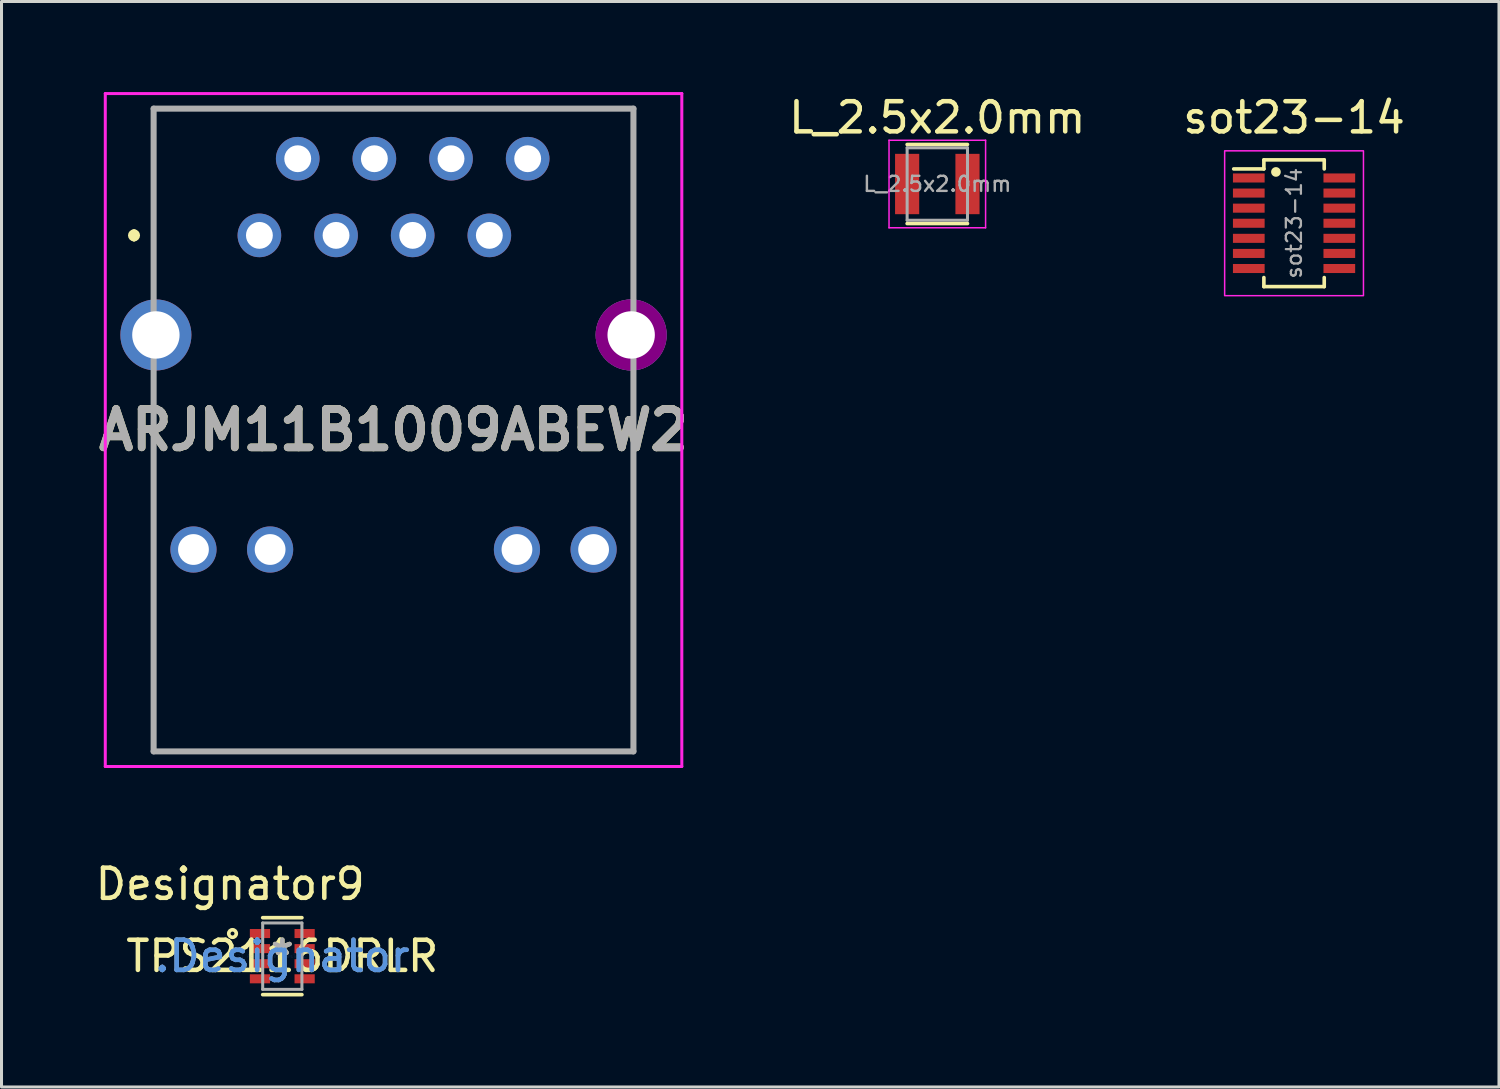
<source format=kicad_pcb>
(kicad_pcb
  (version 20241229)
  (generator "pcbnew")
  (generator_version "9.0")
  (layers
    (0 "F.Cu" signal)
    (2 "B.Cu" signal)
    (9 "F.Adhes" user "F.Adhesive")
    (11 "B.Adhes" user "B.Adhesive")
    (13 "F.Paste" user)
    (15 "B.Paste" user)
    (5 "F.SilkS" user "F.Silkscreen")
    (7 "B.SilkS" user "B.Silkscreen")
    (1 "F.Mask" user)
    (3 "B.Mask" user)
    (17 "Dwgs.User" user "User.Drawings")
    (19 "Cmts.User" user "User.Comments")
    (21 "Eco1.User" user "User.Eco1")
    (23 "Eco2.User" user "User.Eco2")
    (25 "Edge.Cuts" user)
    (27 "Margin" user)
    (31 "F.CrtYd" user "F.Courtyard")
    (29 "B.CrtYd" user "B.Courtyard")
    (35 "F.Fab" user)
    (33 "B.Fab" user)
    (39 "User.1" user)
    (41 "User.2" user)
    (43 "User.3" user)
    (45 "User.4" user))
  (footprint "L_2.5x2.0mm"
    (layer "F.Cu")
    (at 28.011 3.048)
    (property "Reference" "L_2.5x2.0mm" (at 0 -2.2 0) (layer "F.SilkS") (effects (font (size 1 1) (thickness 0.15))))
    (attr smd)
    (fp_line (start -1 -1.31) (end 1 -1.31) (stroke (width 0.12) (type solid)) (layer "F.SilkS"))
    (fp_line (start 1 1.31) (end -1 1.31) (stroke (width 0.12) (type solid)) (layer "F.SilkS"))
    (fp_line (start -1.6 -1.45) (end 1.6 -1.45) (stroke (width 0.05) (type solid)) (layer "F.CrtYd"))
    (fp_line (start -1.6 1.45) (end -1.6 -1.45) (stroke (width 0.05) (type solid)) (layer "F.CrtYd"))
    (fp_line (start 1.6 -1.45) (end 1.6 1.45) (stroke (width 0.05) (type solid)) (layer "F.CrtYd"))
    (fp_line (start 1.6 1.45) (end -1.6 1.45) (stroke (width 0.05) (type solid)) (layer "F.CrtYd"))
    (fp_line (start -1 -1.2) (end 1 -1.2) (stroke (width 0.1) (type solid)) (layer "F.Fab"))
    (fp_line (start -1 1.2) (end -1 -1.2) (stroke (width 0.1) (type solid)) (layer "F.Fab"))
    (fp_line (start 1 -1.2) (end 1 1.2) (stroke (width 0.1) (type solid)) (layer "F.Fab"))
    (fp_line (start 1 1.2) (end -1 1.2) (stroke (width 0.1) (type solid)) (layer "F.Fab"))
    (fp_text user "${REFERENCE}" (at 0 0 0) (layer "F.Fab") (effects (font (size 0.5 0.5) (thickness 0.08))))
    (pad "1" smd rect (at -1 0) (size 0.8 2) (layers "F.Cu" "F.Mask" "F.Paste"))
    (pad "2" smd rect (at 1 0) (size 0.8 2) (layers "F.Cu" "F.Mask" "F.Paste")))
  (footprint "TPS2116DRLR"
    (layer "F.Cu")
    (at 6.305 28.636)
    (property "Reference" "TPS2116DRLR" (at 0 0 0) (layer "F.SilkS") (effects (font (size 1 1) (thickness 0.15))))
    (attr smd)
    (fp_line (start -0.65 -1.275) (end 0.65 -1.275) (stroke (width 0.12) (type solid)) (layer "F.SilkS"))
    (fp_line (start -0.65 1.275) (end 0.65 1.275) (stroke (width 0.12) (type solid)) (layer "F.SilkS"))
    (fp_circle (center -1.65 -0.75) (end -1.525 -0.75) (stroke (width 0.12) (type solid)) (fill no) (layer "F.SilkS"))
    (fp_line (start -0.65 -1.1) (end 0.65 -1.1) (stroke (width 0.1) (type solid)) (layer "F.Fab"))
    (fp_line (start -0.65 1.1) (end -0.65 -1.1) (stroke (width 0.1) (type solid)) (layer "F.Fab"))
    (fp_line (start -0.65 1.1) (end 0.65 1.1) (stroke (width 0.1) (type solid)) (layer "F.Fab"))
    (fp_line (start 0.65 1.1) (end 0.65 -1.1) (stroke (width 0.1) (type solid)) (layer "F.Fab"))
    (fp_text user "*" (at 0 0 0) (layer "F.SilkS") (effects (font (size 1 1) (thickness 0.15))))
    (fp_text user "Designator9" (at -1.727 -2.388 0) (layer "F.SilkS") (effects (font (size 1 1) (thickness 0.15))))
    (fp_text user "Copyright 2021 Accelerated Designs. All rights reserved." (at 0 0 0) (layer "Cmts.User") (effects (font (size 0.127 0.127) (thickness 0.002))))
    (fp_text user ".Designator" (at 0 0 0) (layer "Cmts.User") (effects (font (size 1 1) (thickness 0.15))))
    (fp_text user ".Designator" (at 0 0 0) (layer "F.Fab") (effects (font (size 1 1) (thickness 0.15))))
    (fp_text user "*" (at 0 0 0) (layer "F.Fab") (effects (font (size 1 1) (thickness 0.15))))
    (pad "1" smd rect (at -0.74 -0.75) (size 0.67 0.3) (layers "F.Cu" "F.Mask" "F.Paste"))
    (pad "2" smd rect (at -0.74 -0.25) (size 0.67 0.3) (layers "F.Cu" "F.Mask" "F.Paste"))
    (pad "3" smd rect (at -0.74 0.25) (size 0.67 0.3) (layers "F.Cu" "F.Mask" "F.Paste"))
    (pad "4" smd rect (at -0.74 0.75) (size 0.67 0.3) (layers "F.Cu" "F.Mask" "F.Paste"))
    (pad "5" smd rect (at 0.74 0.75) (size 0.67 0.3) (layers "F.Cu" "F.Mask" "F.Paste"))
    (pad "6" smd rect (at 0.74 0.25) (size 0.67 0.3) (layers "F.Cu" "F.Mask" "F.Paste"))
    (pad "7" smd rect (at 0.74 -0.25) (size 0.67 0.3) (layers "F.Cu" "F.Mask" "F.Paste"))
    (pad "8" smd rect (at 0.74 -0.75) (size 0.67 0.3) (layers "F.Cu" "F.Mask" "F.Paste")))
  (footprint "ARJM11B1009ABEW2"
    (layer "F.Cu")
    (at 9.991 11.1)
    (property "Reference" "ARJM11B1009ABEW2" (at 0 0.1 0) (layer "F.SilkS") (effects (font (size 1.27 1.27) (thickness 0.254))))
    (attr through_hole)
    (fp_line (start -8.6 -6.45) (end -8.6 -6.45) (stroke (width 0.2) (type solid)) (layer "F.SilkS"))
    (fp_line (start -8.6 -6.25) (end -8.6 -6.25) (stroke (width 0.2) (type solid)) (layer "F.SilkS"))
    (fp_line (start -7.95 -10.55) (end 7.95 -10.55) (stroke (width 0.1) (type solid)) (layer "F.SilkS"))
    (fp_line (start -7.95 -5.25) (end -7.95 -10.55) (stroke (width 0.1) (type solid)) (layer "F.SilkS"))
    (fp_line (start -7.95 10.75) (end -7.95 -0.75) (stroke (width 0.1) (type solid)) (layer "F.SilkS"))
    (fp_line (start 7.95 -10.55) (end 7.95 -5.25) (stroke (width 0.1) (type solid)) (layer "F.SilkS"))
    (fp_line (start 7.95 -0.75) (end 7.95 10.75) (stroke (width 0.1) (type solid)) (layer "F.SilkS"))
    (fp_line (start 7.95 10.75) (end -7.95 10.75) (stroke (width 0.1) (type solid)) (layer "F.SilkS"))
    (fp_arc (start -8.6 -6.45) (mid -8.5 -6.35) (end -8.6 -6.25) (stroke (width 0.2) (type solid)) (layer "F.SilkS"))
    (fp_arc (start -8.6 -6.25) (mid -8.7 -6.35) (end -8.6 -6.45) (stroke (width 0.2) (type solid)) (layer "F.SilkS"))
    (fp_line (start -9.552 -11.05) (end 9.553 -11.05) (stroke (width 0.1) (type solid)) (layer "F.CrtYd"))
    (fp_line (start -9.552 11.25) (end -9.552 -11.05) (stroke (width 0.1) (type solid)) (layer "F.CrtYd"))
    (fp_line (start 9.553 -11.05) (end 9.553 11.25) (stroke (width 0.1) (type solid)) (layer "F.CrtYd"))
    (fp_line (start 9.553 11.25) (end -9.552 11.25) (stroke (width 0.1) (type solid)) (layer "F.CrtYd"))
    (fp_line (start -7.95 -10.55) (end 7.95 -10.55) (stroke (width 0.2) (type solid)) (layer "F.Fab"))
    (fp_line (start -7.95 10.75) (end -7.95 -10.55) (stroke (width 0.2) (type solid)) (layer "F.Fab"))
    (fp_line (start 7.95 -10.55) (end 7.95 10.75) (stroke (width 0.2) (type solid)) (layer "F.Fab"))
    (fp_line (start 7.95 10.75) (end -7.95 10.75) (stroke (width 0.2) (type solid)) (layer "F.Fab"))
    (fp_text user "${REFERENCE}" (at 0 0.1 0) (layer "F.Fab") (effects (font (size 1.27 1.27) (thickness 0.254))))
    (pad "" np_thru_hole circle (at -5.715 0) (size 0.001 0.001) (drill 3.25) (layers "*.Cu" "*.Mask"))
    (pad "" np_thru_hole circle (at 5.715 0) (size 0.001 0.001) (drill 3.25) (layers "*.Cu" "*.Mask"))
    (pad "1" thru_hole circle (at -4.445 -6.35) (size 1.446 1.446) (drill 0.89) (layers "*.Cu" "*.Mask"))
    (pad "2" thru_hole circle (at -3.175 -8.89) (size 1.446 1.446) (drill 0.89) (layers "*.Cu" "*.Mask"))
    (pad "3" thru_hole circle (at -1.905 -6.35) (size 1.446 1.446) (drill 0.89) (layers "*.Cu" "*.Mask"))
    (pad "4" thru_hole circle (at -0.635 -8.89) (size 1.446 1.446) (drill 0.89) (layers "*.Cu" "*.Mask"))
    (pad "5" thru_hole circle (at 0.635 -6.35) (size 1.446 1.446) (drill 0.89) (layers "*.Cu" "*.Mask"))
    (pad "6" thru_hole circle (at 1.905 -8.89) (size 1.446 1.446) (drill 0.89) (layers "*.Cu" "*.Mask"))
    (pad "7" thru_hole circle (at 3.175 -6.35) (size 1.446 1.446) (drill 0.89) (layers "*.Cu" "*.Mask"))
    (pad "8" thru_hole circle (at 4.445 -8.89) (size 1.446 1.446) (drill 0.89) (layers "*.Cu" "*.Mask"))
    (pad "9" thru_hole circle (at -6.63 4.06) (size 1.53 1.53) (drill 1.02) (layers "*.Cu" "*.Mask"))
    (pad "10" thru_hole circle (at -4.09 4.06) (size 1.53 1.53) (drill 1.02) (layers "*.Cu" "*.Mask"))
    (pad "11" thru_hole circle (at 4.09 4.06) (size 1.53 1.53) (drill 1.02) (layers "*.Cu" "*.Mask"))
    (pad "12" thru_hole circle (at 6.63 4.06) (size 1.53 1.53) (drill 1.02) (layers "*.Cu" "*.Mask"))
    (pad "S1" thru_hole circle (at -7.875 -3.05) (size 2.355 2.355) (drill 1.57) (layers "*.Cu" "*.Mask"))
    (pad "S2" thru_hole circle (at 7.875 -3.05) (size 2.355 2.355) (drill 1.57) (layers "*.Cu" "*.Mask" "F.Adhes")))
  (footprint "sot23-14"
    (layer "F.Cu")
    (at 39.833 4.348)
    (property "Reference" "sot23-14" (at 0 -3.5 0) (unlocked yes) (layer "F.SilkS") (effects (font (size 1 1) (thickness 0.15))))
    (attr smd)
    (fp_line (start -2 -1.8) (end -1 -1.8) (stroke (width 0.12) (type solid)) (layer "F.SilkS"))
    (fp_line (start -1 -2.1) (end -1 -1.8) (stroke (width 0.12) (type solid)) (layer "F.SilkS"))
    (fp_line (start -1 2.1) (end -1 1.8) (stroke (width 0.12) (type solid)) (layer "F.SilkS"))
    (fp_line (start 1 -2.1) (end -1 -2.1) (stroke (width 0.12) (type solid)) (layer "F.SilkS"))
    (fp_line (start 1 -2.1) (end 1 -1.8) (stroke (width 0.12) (type solid)) (layer "F.SilkS"))
    (fp_line (start 1 2.1) (end -1 2.1) (stroke (width 0.12) (type solid)) (layer "F.SilkS"))
    (fp_line (start 1 2.1) (end 1 1.8) (stroke (width 0.12) (type solid)) (layer "F.SilkS"))
    (fp_circle (center -0.6 -1.7) (end -0.5 -1.7) (stroke (width 0.12) (type solid)) (fill yes) (layer "F.SilkS"))
    (fp_rect (start -2.3 -2.4) (end 2.3 2.4) (stroke (width 0.05) (type solid)) (fill no) (layer "F.CrtYd"))
    (fp_text user "${REFERENCE}" (at 0 0 90) (layer "F.Fab") (effects (font (size 0.5 0.5) (thickness 0.075))))
    (pad "1" smd rect (at -1.5 -1.5) (size 1.05 0.3) (layers "F.Cu" "F.Mask" "F.Paste"))
    (pad "2" smd rect (at -1.5 -1) (size 1.05 0.3) (layers "F.Cu" "F.Mask" "F.Paste"))
    (pad "3" smd rect (at -1.5 -0.5) (size 1.05 0.3) (layers "F.Cu" "F.Mask" "F.Paste"))
    (pad "4" smd rect (at -1.5 0) (size 1.05 0.3) (layers "F.Cu" "F.Mask" "F.Paste"))
    (pad "5" smd rect (at -1.5 0.5) (size 1.05 0.3) (layers "F.Cu" "F.Mask" "F.Paste"))
    (pad "6" smd rect (at -1.5 1) (size 1.05 0.3) (layers "F.Cu" "F.Mask" "F.Paste"))
    (pad "7" smd rect (at -1.5 1.5) (size 1.05 0.3) (layers "F.Cu" "F.Mask" "F.Paste"))
    (pad "8" smd rect (at 1.5 1.5) (size 1.05 0.3) (layers "F.Cu" "F.Mask" "F.Paste"))
    (pad "9" smd rect (at 1.5 1) (size 1.05 0.3) (layers "F.Cu" "F.Mask" "F.Paste"))
    (pad "10" smd rect (at 1.5 0.5) (size 1.05 0.3) (layers "F.Cu" "F.Mask" "F.Paste"))
    (pad "11" smd rect (at 1.5 0) (size 1.05 0.3) (layers "F.Cu" "F.Mask" "F.Paste"))
    (pad "12" smd rect (at 1.5 -0.5) (size 1.05 0.3) (layers "F.Cu" "F.Mask" "F.Paste"))
    (pad "13" smd rect (at 1.5 -1) (size 1.05 0.3) (layers "F.Cu" "F.Mask" "F.Paste"))
    (pad "14" smd rect (at 1.5 -1.5) (size 1.05 0.3) (layers "F.Cu" "F.Mask" "F.Paste")))
  (gr_rect
    (start -3 -3)
    (end 46.624 32.971)
    (stroke (width 0.1) (type default))
    (fill no)
    (layer "Edge.Cuts")))
</source>
